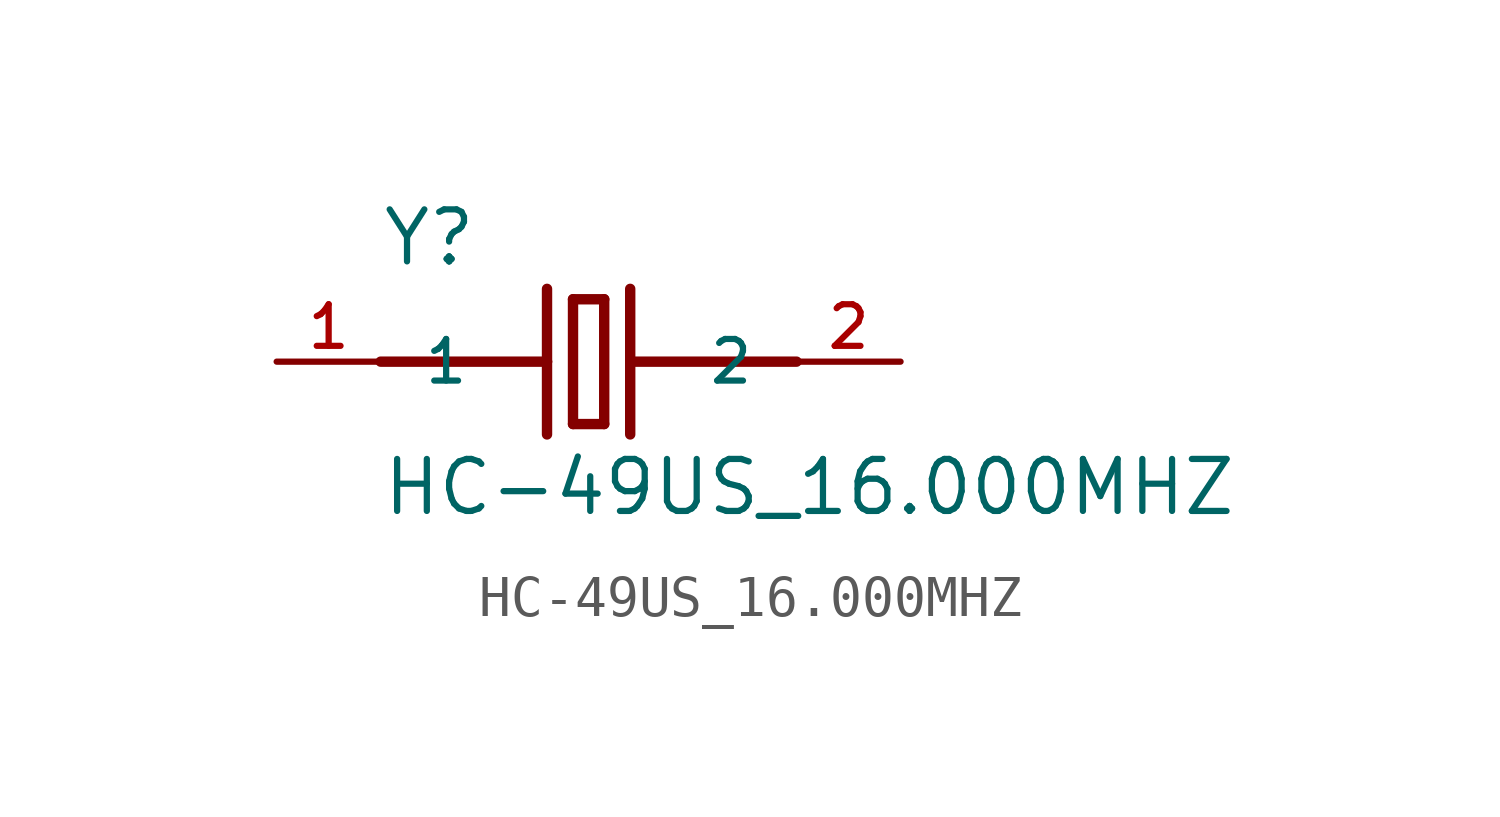
<source format=kicad_sym>
(kicad_symbol_lib
  (version 20211014)
  (generator kicad_symbol_editor)
  (symbol "HC-49US_16.000MHZ"
    (pin_names
      (offset 1.016))
    (property "Reference" "Y"
      (at -5.08 2.286 0)
      (effects (font (size 1.27 1.27)) (justify bottom left)))
    (property "Value" "HC-49US_16.000MHZ"
      (at -5.08 -3.81 0)
      (effects (font (size 1.27 1.27)) (justify bottom left)))
    (symbol "HC-49US_16.000MHZ_0_0"
      (polyline (pts (xy -0.381 1.524) (xy -0.381 -1.524)) (stroke (width 0.254)))
      (polyline (pts (xy -0.381 -1.524) (xy 0.381 -1.524)) (stroke (width 0.254)))
      (polyline (pts (xy 0.381 -1.524) (xy 0.381 1.524)) (stroke (width 0.254)))
      (polyline (pts (xy 0.381 1.524) (xy -0.381 1.524)) (stroke (width 0.254)))
      (polyline (pts (xy 1.016 1.778) (xy 1.016 0.0)) (stroke (width 0.254)))
      (polyline (pts (xy 1.016 0.0) (xy 1.016 -1.778)) (stroke (width 0.254)))
      (polyline (pts (xy -1.016 1.778) (xy -1.016 0.0)) (stroke (width 0.254)))
      (polyline (pts (xy -1.016 0.0) (xy -1.016 -1.778)) (stroke (width 0.254)))
      (polyline (pts (xy -5.08 0.0) (xy -1.016 0.0)) (stroke (width 0.254)))
      (polyline (pts (xy 5.08 0.0) (xy 1.016 0.0)) (stroke (width 0.254)))
      (pin passive line (at 7.62 0.0 180.0) (length 2.54) (name "2" (effects (font (size 1.016 1.016)))) (number "2" (effects (font (size 1.016 1.016)))))
      (pin passive line (at -7.62 0.0 0) (length 2.54) (name "1" (effects (font (size 1.016 1.016)))) (number "1" (effects (font (size 1.016 1.016))))))))
</source>
